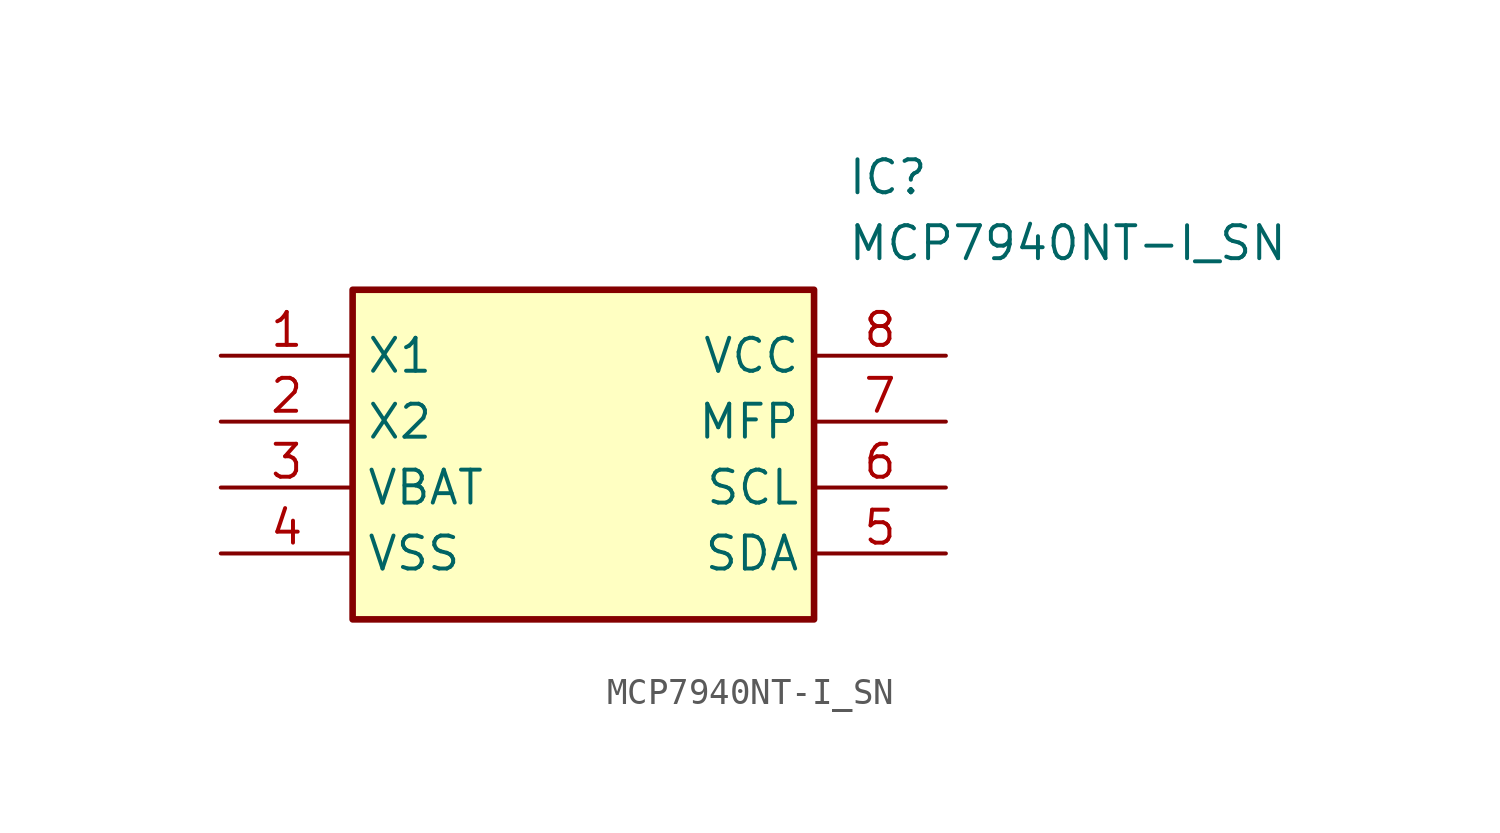
<source format=kicad_sym>
(kicad_symbol_lib
  (version 20211014)
  (generator SamacSys_ECAD_Model)
  (symbol "MCP7940NT-I_SN"
    (property "Reference" "IC"
      (at 24.13 7.62 0)
      (effects (font (size 1.27 1.27)) (justify left top)))
    (property "Value" "MCP7940NT-I_SN"
      (at 24.13 5.08 0)
      (effects (font (size 1.27 1.27)) (justify left top)))
    (rectangle
      (start 5.08 2.54)
      (end 22.86 -10.16)
      (stroke (width 0.254) (type default))
      (fill (type background)))
    (pin passive line
      (at 0 0 0)
      (length 5.08)
      (name "X1" (effects (font (size 1.27 1.27))))
      (number "1" (effects (font (size 1.27 1.27)))))
    (pin passive line
      (at 0 -2.54 0)
      (length 5.08)
      (name "X2" (effects (font (size 1.27 1.27))))
      (number "2" (effects (font (size 1.27 1.27)))))
    (pin passive line
      (at 0 -5.08 0)
      (length 5.08)
      (name "VBAT" (effects (font (size 1.27 1.27))))
      (number "3" (effects (font (size 1.27 1.27)))))
    (pin passive line
      (at 0 -7.62 0)
      (length 5.08)
      (name "VSS" (effects (font (size 1.27 1.27))))
      (number "4" (effects (font (size 1.27 1.27)))))
    (pin passive line
      (at 27.94 0 180)
      (length 5.08)
      (name "VCC" (effects (font (size 1.27 1.27))))
      (number "8" (effects (font (size 1.27 1.27)))))
    (pin passive line
      (at 27.94 -2.54 180)
      (length 5.08)
      (name "MFP" (effects (font (size 1.27 1.27))))
      (number "7" (effects (font (size 1.27 1.27)))))
    (pin passive line
      (at 27.94 -5.08 180)
      (length 5.08)
      (name "SCL" (effects (font (size 1.27 1.27))))
      (number "6" (effects (font (size 1.27 1.27)))))
    (pin passive line
      (at 27.94 -7.62 180)
      (length 5.08)
      (name "SDA" (effects (font (size 1.27 1.27))))
      (number "5" (effects (font (size 1.27 1.27)))))))
</source>
